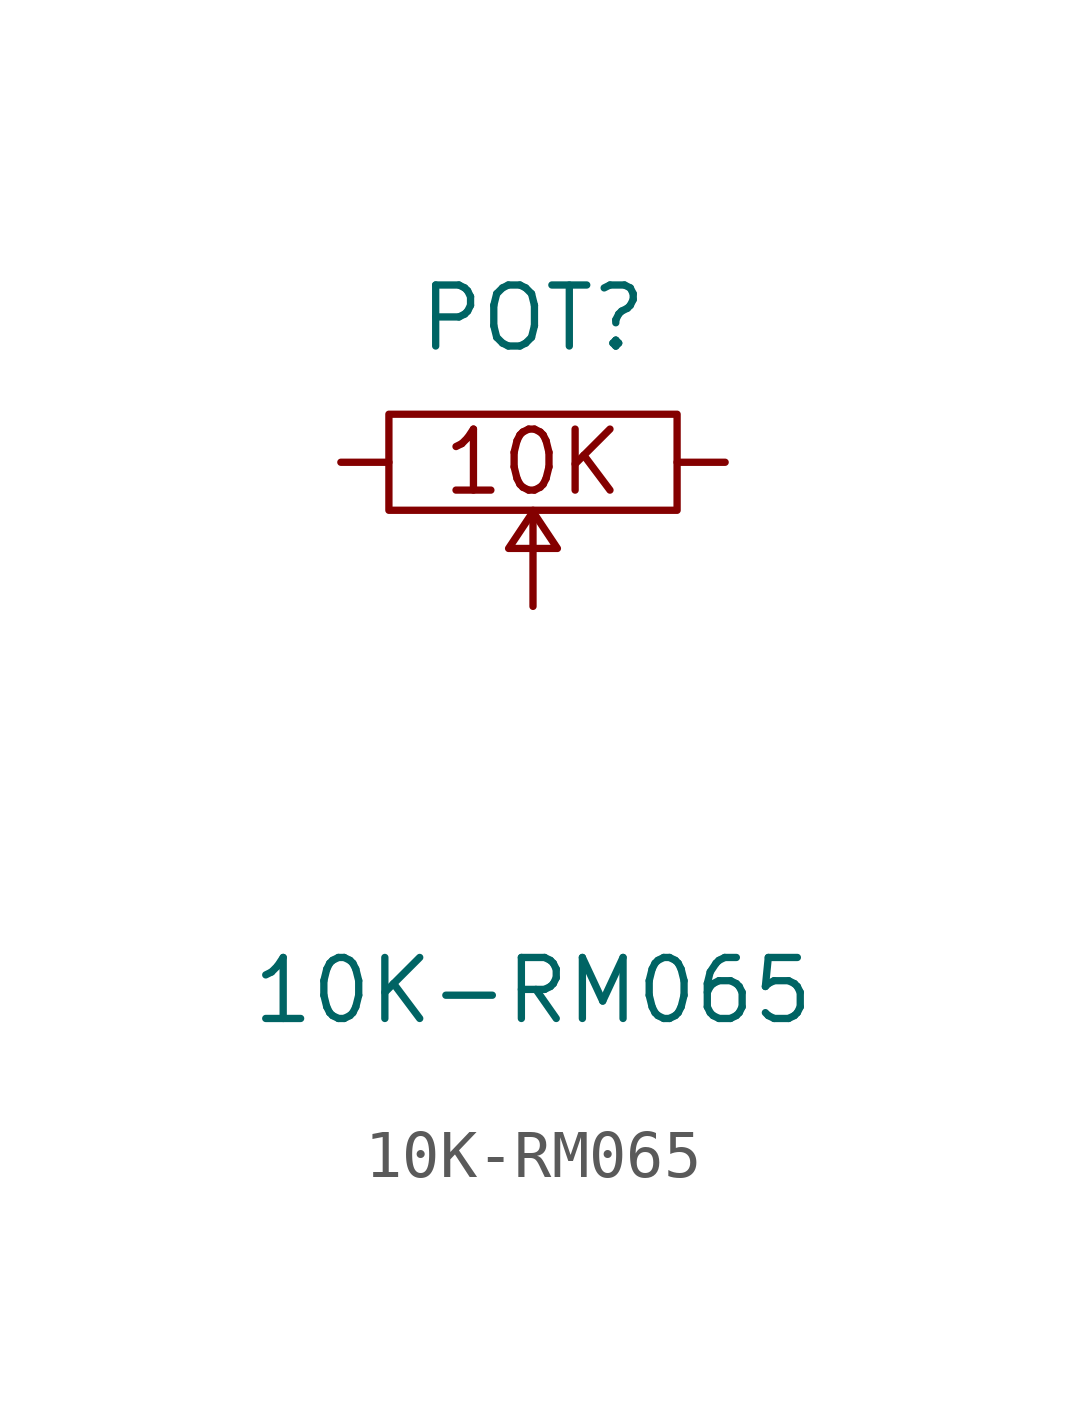
<source format=kicad_sym>
(kicad_symbol_lib
  (version 20211014)
  (generator kicad_symbol_editor)
  (symbol "10K-RM065"
    (pin_numbers hide)
    (pin_names hide)
    (property "Reference" "POT"
      (at 0 3 0)
      (effects (font (size 1.27 1.27))))
    (property "Value" "10K-RM065"
      (at 0 -11 0)
      (effects (font (size 1.27 1.27))))
    (symbol "10K-RM065_0_0"
      (text "10K" (at 0 0 0) (effects (font (size 1.27 1.27)))))
    (symbol "10K-RM065_0_1"
      (rectangle (start -3 1) (end 3 -1) (stroke (width 0) (type default) (color 0 0 0 0)) (fill (type none)))
      (polyline (pts (xy 0 -1.032) (xy -0.508 -1.794) (xy 0.508 -1.794) (xy 0 -1.032)) (stroke (width 0) (type default) (color 0 0 0 0)) (fill (type none))))
    (symbol "10K-RM065_1_1"
      (pin passive line (at -4 0 0) (length 1) (name "1" (effects (font (size 1.27 1.27)))) (number "1" (effects (font (size 1.27 1.27)))))
      (pin passive line (at 0 -3 90) (length 2) (name "2" (effects (font (size 1.27 1.27)))) (number "2" (effects (font (size 1.27 1.27)))))
      (pin input line (at 4 0 180) (length 1) (name "3" (effects (font (size 1.27 1.27)))) (number "3" (effects (font (size 1.27 1.27))))))))
</source>
